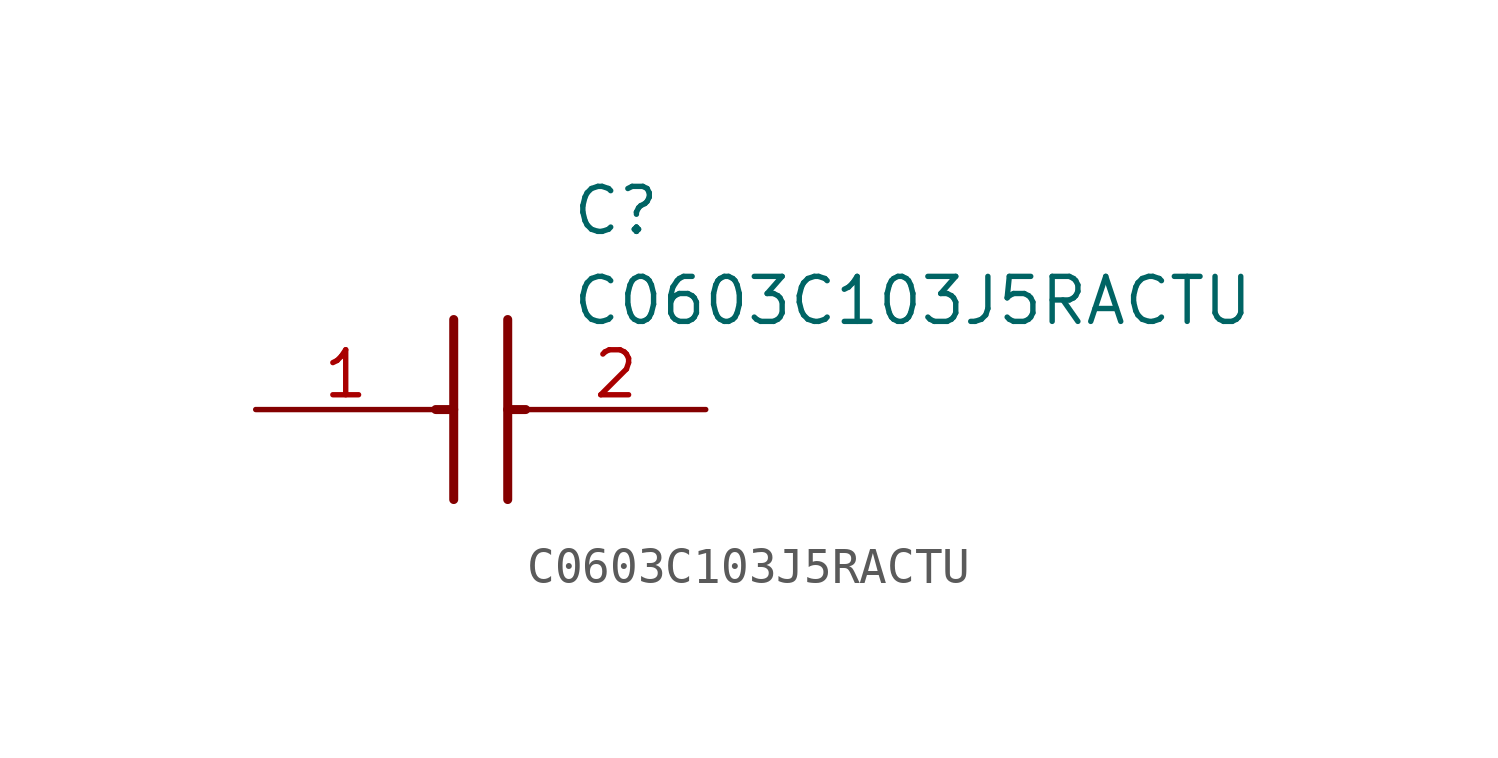
<source format=kicad_sym>
(kicad_symbol_lib
  (version 20211014)
  (generator SamacSys_ECAD_Model)
  (symbol "C0603C103J5RACTU"
    (pin_names hide)
    (property "Reference" "C"
      (at 8.89 6.35 0)
      (effects (font (size 1.27 1.27)) (justify left top)))
    (property "Value" "C0603C103J5RACTU"
      (at 8.89 3.81 0)
      (effects (font (size 1.27 1.27)) (justify left top)))
    (polyline
      (pts (xy 5.588 2.54) (xy 5.588 -2.54))
      (stroke (width 0.254) (type default))
      (fill (type none)))
    (polyline
      (pts (xy 7.112 2.54) (xy 7.112 -2.54))
      (stroke (width 0.254) (type default))
      (fill (type none)))
    (polyline
      (pts (xy 5.08 0) (xy 5.588 0))
      (stroke (width 0.254) (type default))
      (fill (type none)))
    (polyline
      (pts (xy 7.112 0) (xy 7.62 0))
      (stroke (width 0.254) (type default))
      (fill (type none)))
    (pin passive line
      (at 0 0 0)
      (length 5.08)
      (name "1" (effects (font (size 1.27 1.27))))
      (number "1" (effects (font (size 1.27 1.27)))))
    (pin passive line
      (at 12.7 0 180)
      (length 5.08)
      (name "2" (effects (font (size 1.27 1.27))))
      (number "2" (effects (font (size 1.27 1.27)))))))
</source>
